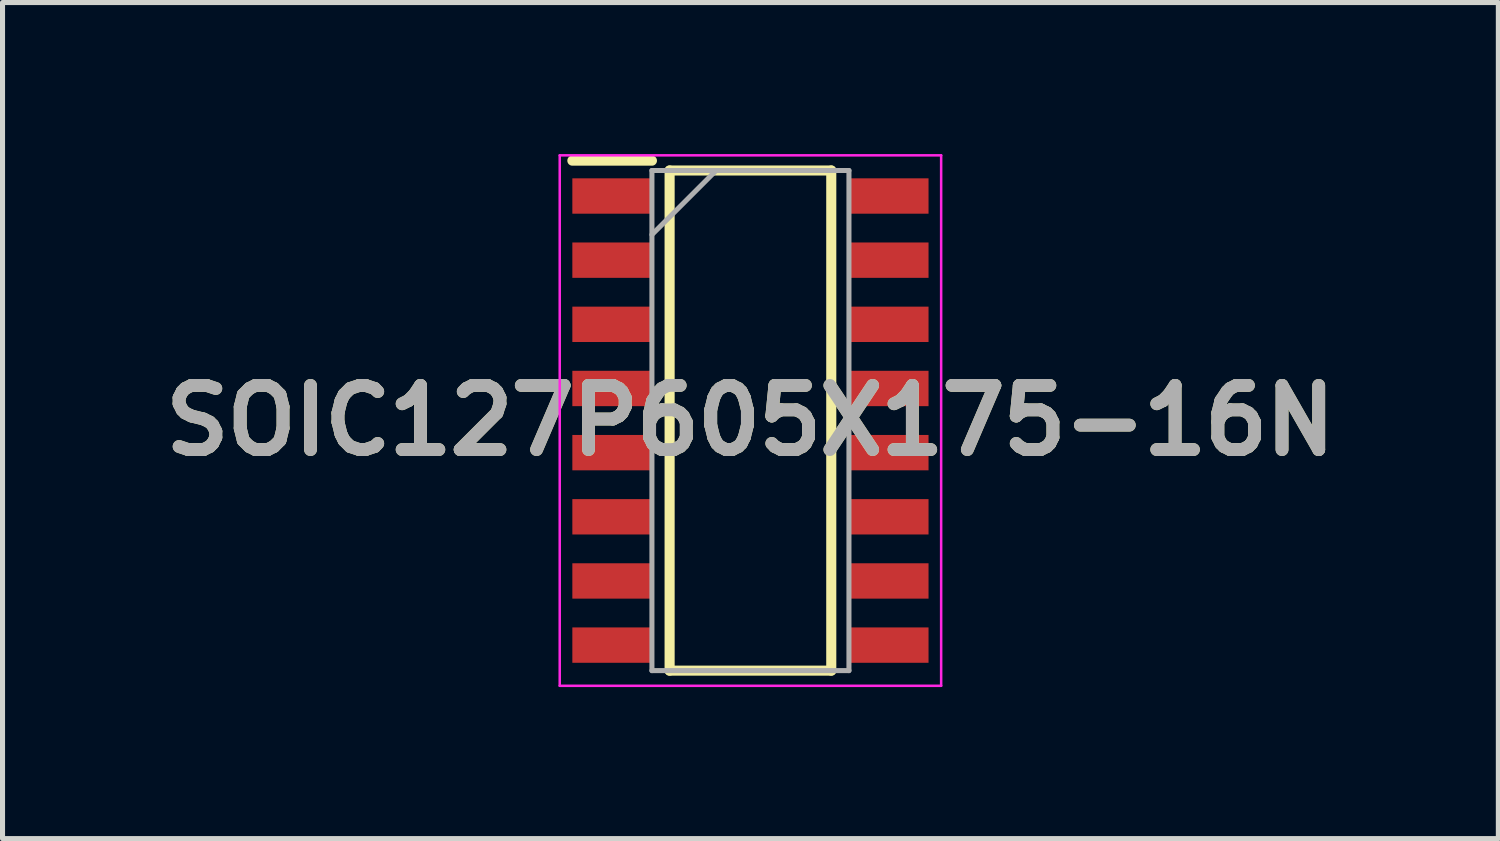
<source format=kicad_pcb>
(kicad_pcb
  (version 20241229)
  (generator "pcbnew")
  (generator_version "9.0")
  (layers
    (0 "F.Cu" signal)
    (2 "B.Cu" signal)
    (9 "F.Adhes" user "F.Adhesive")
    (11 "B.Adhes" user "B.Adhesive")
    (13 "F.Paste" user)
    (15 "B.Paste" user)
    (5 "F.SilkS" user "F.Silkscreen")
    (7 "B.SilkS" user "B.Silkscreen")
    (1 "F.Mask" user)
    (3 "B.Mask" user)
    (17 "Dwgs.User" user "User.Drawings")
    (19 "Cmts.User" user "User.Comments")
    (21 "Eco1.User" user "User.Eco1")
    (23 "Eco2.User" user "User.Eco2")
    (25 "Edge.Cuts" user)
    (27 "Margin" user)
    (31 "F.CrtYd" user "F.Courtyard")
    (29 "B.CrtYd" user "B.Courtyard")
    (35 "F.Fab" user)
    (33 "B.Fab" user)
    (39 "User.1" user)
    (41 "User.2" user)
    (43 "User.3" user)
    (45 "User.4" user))
  (footprint "SOIC127P605X175-16N"
    (layer "F.Cu")
    (at 11.805 5.275)
    (property "Reference" "SOIC127P605X175-16N" (at 0 0 0) (layer "F.SilkS") (effects (font (size 1.27 1.27) (thickness 0.254))))
    (attr smd)
    (fp_line (start -3.525 -5.145) (end -1.95 -5.145) (stroke (width 0.2) (type solid)) (layer "F.SilkS"))
    (fp_line (start -1.6 -4.95) (end 1.6 -4.95) (stroke (width 0.2) (type solid)) (layer "F.SilkS"))
    (fp_line (start -1.6 4.95) (end -1.6 -4.95) (stroke (width 0.2) (type solid)) (layer "F.SilkS"))
    (fp_line (start 1.6 -4.95) (end 1.6 4.95) (stroke (width 0.2) (type solid)) (layer "F.SilkS"))
    (fp_line (start 1.6 4.95) (end -1.6 4.95) (stroke (width 0.2) (type solid)) (layer "F.SilkS"))
    (fp_line (start -3.775 -5.25) (end 3.775 -5.25) (stroke (width 0.05) (type solid)) (layer "F.CrtYd"))
    (fp_line (start -3.775 5.25) (end -3.775 -5.25) (stroke (width 0.05) (type solid)) (layer "F.CrtYd"))
    (fp_line (start 3.775 -5.25) (end 3.775 5.25) (stroke (width 0.05) (type solid)) (layer "F.CrtYd"))
    (fp_line (start 3.775 5.25) (end -3.775 5.25) (stroke (width 0.05) (type solid)) (layer "F.CrtYd"))
    (fp_line (start -1.95 -4.95) (end 1.95 -4.95) (stroke (width 0.1) (type solid)) (layer "F.Fab"))
    (fp_line (start -1.95 -3.68) (end -0.68 -4.95) (stroke (width 0.1) (type solid)) (layer "F.Fab"))
    (fp_line (start -1.95 4.95) (end -1.95 -4.95) (stroke (width 0.1) (type solid)) (layer "F.Fab"))
    (fp_line (start 1.95 -4.95) (end 1.95 4.95) (stroke (width 0.1) (type solid)) (layer "F.Fab"))
    (fp_line (start 1.95 4.95) (end -1.95 4.95) (stroke (width 0.1) (type solid)) (layer "F.Fab"))
    (fp_text user "${REFERENCE}" (at 0 0 0) (layer "F.Fab") (effects (font (size 1.27 1.27) (thickness 0.254))))
    (pad "1" smd rect (at -2.738 -4.445 90) (size 0.7 1.575) (layers "F.Cu" "F.Mask" "F.Paste"))
    (pad "2" smd rect (at -2.738 -3.175 90) (size 0.7 1.575) (layers "F.Cu" "F.Mask" "F.Paste"))
    (pad "3" smd rect (at -2.738 -1.905 90) (size 0.7 1.575) (layers "F.Cu" "F.Mask" "F.Paste"))
    (pad "4" smd rect (at -2.738 -0.635 90) (size 0.7 1.575) (layers "F.Cu" "F.Mask" "F.Paste"))
    (pad "5" smd rect (at -2.738 0.635 90) (size 0.7 1.575) (layers "F.Cu" "F.Mask" "F.Paste"))
    (pad "6" smd rect (at -2.738 1.905 90) (size 0.7 1.575) (layers "F.Cu" "F.Mask" "F.Paste"))
    (pad "7" smd rect (at -2.738 3.175 90) (size 0.7 1.575) (layers "F.Cu" "F.Mask" "F.Paste"))
    (pad "8" smd rect (at -2.738 4.445 90) (size 0.7 1.575) (layers "F.Cu" "F.Mask" "F.Paste"))
    (pad "9" smd rect (at 2.738 4.445 90) (size 0.7 1.575) (layers "F.Cu" "F.Mask" "F.Paste"))
    (pad "10" smd rect (at 2.738 3.175 90) (size 0.7 1.575) (layers "F.Cu" "F.Mask" "F.Paste"))
    (pad "11" smd rect (at 2.738 1.905 90) (size 0.7 1.575) (layers "F.Cu" "F.Mask" "F.Paste"))
    (pad "12" smd rect (at 2.738 0.635 90) (size 0.7 1.575) (layers "F.Cu" "F.Mask" "F.Paste"))
    (pad "13" smd rect (at 2.738 -0.635 90) (size 0.7 1.575) (layers "F.Cu" "F.Mask" "F.Paste"))
    (pad "14" smd rect (at 2.738 -1.905 90) (size 0.7 1.575) (layers "F.Cu" "F.Mask" "F.Paste"))
    (pad "15" smd rect (at 2.738 -3.175 90) (size 0.7 1.575) (layers "F.Cu" "F.Mask" "F.Paste"))
    (pad "16" smd rect (at 2.738 -4.445 90) (size 0.7 1.575) (layers "F.Cu" "F.Mask" "F.Paste")))
  (gr_rect
    (start -3 -3)
    (end 26.61 13.55)
    (stroke (width 0.1) (type default))
    (fill no)
    (layer "Edge.Cuts")))
</source>
